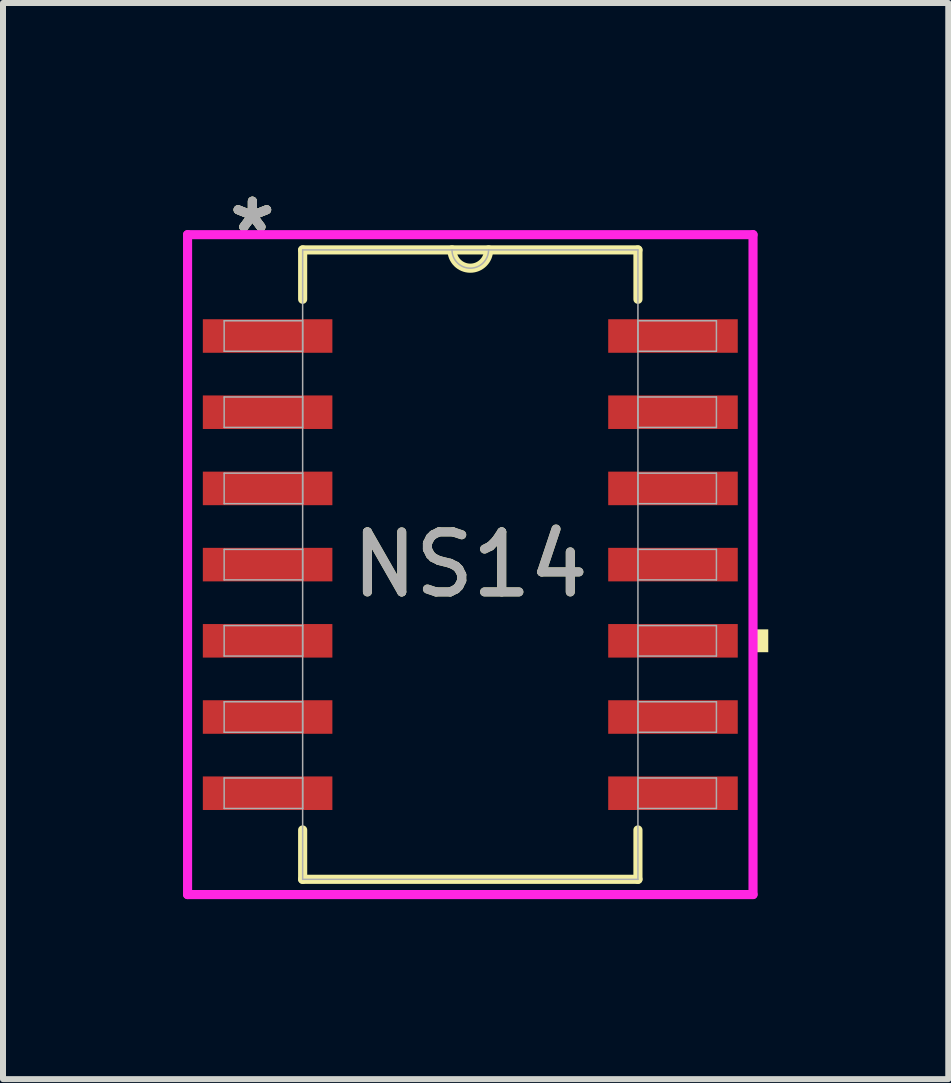
<source format=kicad_pcb>
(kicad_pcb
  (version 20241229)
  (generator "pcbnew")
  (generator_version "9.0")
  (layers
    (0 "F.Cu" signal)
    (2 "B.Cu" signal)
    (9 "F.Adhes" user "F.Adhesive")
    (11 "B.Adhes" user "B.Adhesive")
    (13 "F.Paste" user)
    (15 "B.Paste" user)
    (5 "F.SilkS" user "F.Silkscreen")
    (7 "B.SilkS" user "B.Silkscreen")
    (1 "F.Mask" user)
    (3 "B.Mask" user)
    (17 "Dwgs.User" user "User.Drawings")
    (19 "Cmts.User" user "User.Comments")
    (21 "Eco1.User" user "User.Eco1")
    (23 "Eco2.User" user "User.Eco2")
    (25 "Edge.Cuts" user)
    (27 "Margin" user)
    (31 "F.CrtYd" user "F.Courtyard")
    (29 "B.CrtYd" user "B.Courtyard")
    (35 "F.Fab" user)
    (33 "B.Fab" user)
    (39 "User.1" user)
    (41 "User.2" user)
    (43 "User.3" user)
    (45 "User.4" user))
  (footprint "NS14"
    (layer "F.Cu")
    (at 4.788 6.36)
    (property "Reference" "NS14" (at 0 0 0) (unlocked yes) (layer "F.SilkS") (effects (font (size 1 1) (thickness 0.15))))
    (attr smd)
    (fp_line (start -2.794 -5.245) (end -2.794 -4.422) (stroke (width 0.152) (type solid)) (layer "F.SilkS"))
    (fp_line (start -2.794 4.422) (end -2.794 5.245) (stroke (width 0.152) (type solid)) (layer "F.SilkS"))
    (fp_line (start -2.794 5.245) (end 2.794 5.245) (stroke (width 0.152) (type solid)) (layer "F.SilkS"))
    (fp_line (start 2.794 -5.245) (end -2.794 -5.245) (stroke (width 0.152) (type solid)) (layer "F.SilkS"))
    (fp_line (start 2.794 -4.422) (end 2.794 -5.245) (stroke (width 0.152) (type solid)) (layer "F.SilkS"))
    (fp_line (start 2.794 5.245) (end 2.794 4.422) (stroke (width 0.152) (type solid)) (layer "F.SilkS"))
    (fp_arc (start 0.3048 -5.2451) (mid 0 -4.9403) (end -0.3048 -5.2451) (stroke (width 0.1524) (type solid)) (layer "F.SilkS"))
    (fp_poly (pts (xy 4.966 1.079) (xy 4.966 1.46) (xy 4.712 1.46) (xy 4.712 1.079)) (stroke (width 0) (type solid)) (fill yes) (layer "F.SilkS"))
    (fp_line (start -4.712 -5.499) (end 4.712 -5.499) (stroke (width 0.152) (type solid)) (layer "F.CrtYd"))
    (fp_line (start -4.712 5.499) (end -4.712 -5.499) (stroke (width 0.152) (type solid)) (layer "F.CrtYd"))
    (fp_line (start 4.712 -5.499) (end 4.712 5.499) (stroke (width 0.152) (type solid)) (layer "F.CrtYd"))
    (fp_line (start 4.712 5.499) (end -4.712 5.499) (stroke (width 0.152) (type solid)) (layer "F.CrtYd"))
    (fp_line (start -4.102 -4.064) (end -4.102 -3.556) (stroke (width 0.025) (type solid)) (layer "F.Fab"))
    (fp_line (start -4.102 -3.556) (end -2.794 -3.556) (stroke (width 0.025) (type solid)) (layer "F.Fab"))
    (fp_line (start -4.102 -2.794) (end -4.102 -2.286) (stroke (width 0.025) (type solid)) (layer "F.Fab"))
    (fp_line (start -4.102 -2.286) (end -2.794 -2.286) (stroke (width 0.025) (type solid)) (layer "F.Fab"))
    (fp_line (start -4.102 -1.524) (end -4.102 -1.016) (stroke (width 0.025) (type solid)) (layer "F.Fab"))
    (fp_line (start -4.102 -1.016) (end -2.794 -1.016) (stroke (width 0.025) (type solid)) (layer "F.Fab"))
    (fp_line (start -4.102 -0.254) (end -4.102 0.254) (stroke (width 0.025) (type solid)) (layer "F.Fab"))
    (fp_line (start -4.102 0.254) (end -2.794 0.254) (stroke (width 0.025) (type solid)) (layer "F.Fab"))
    (fp_line (start -4.102 1.016) (end -4.102 1.524) (stroke (width 0.025) (type solid)) (layer "F.Fab"))
    (fp_line (start -4.102 1.524) (end -2.794 1.524) (stroke (width 0.025) (type solid)) (layer "F.Fab"))
    (fp_line (start -4.102 2.286) (end -4.102 2.794) (stroke (width 0.025) (type solid)) (layer "F.Fab"))
    (fp_line (start -4.102 2.794) (end -2.794 2.794) (stroke (width 0.025) (type solid)) (layer "F.Fab"))
    (fp_line (start -4.102 3.556) (end -4.102 4.064) (stroke (width 0.025) (type solid)) (layer "F.Fab"))
    (fp_line (start -4.102 4.064) (end -2.794 4.064) (stroke (width 0.025) (type solid)) (layer "F.Fab"))
    (fp_line (start -2.794 -5.245) (end -2.794 5.245) (stroke (width 0.025) (type solid)) (layer "F.Fab"))
    (fp_line (start -2.794 -4.064) (end -4.102 -4.064) (stroke (width 0.025) (type solid)) (layer "F.Fab"))
    (fp_line (start -2.794 -3.556) (end -2.794 -4.064) (stroke (width 0.025) (type solid)) (layer "F.Fab"))
    (fp_line (start -2.794 -2.794) (end -4.102 -2.794) (stroke (width 0.025) (type solid)) (layer "F.Fab"))
    (fp_line (start -2.794 -2.286) (end -2.794 -2.794) (stroke (width 0.025) (type solid)) (layer "F.Fab"))
    (fp_line (start -2.794 -1.524) (end -4.102 -1.524) (stroke (width 0.025) (type solid)) (layer "F.Fab"))
    (fp_line (start -2.794 -1.016) (end -2.794 -1.524) (stroke (width 0.025) (type solid)) (layer "F.Fab"))
    (fp_line (start -2.794 -0.254) (end -4.102 -0.254) (stroke (width 0.025) (type solid)) (layer "F.Fab"))
    (fp_line (start -2.794 0.254) (end -2.794 -0.254) (stroke (width 0.025) (type solid)) (layer "F.Fab"))
    (fp_line (start -2.794 1.016) (end -4.102 1.016) (stroke (width 0.025) (type solid)) (layer "F.Fab"))
    (fp_line (start -2.794 1.524) (end -2.794 1.016) (stroke (width 0.025) (type solid)) (layer "F.Fab"))
    (fp_line (start -2.794 2.286) (end -4.102 2.286) (stroke (width 0.025) (type solid)) (layer "F.Fab"))
    (fp_line (start -2.794 2.794) (end -2.794 2.286) (stroke (width 0.025) (type solid)) (layer "F.Fab"))
    (fp_line (start -2.794 3.556) (end -4.102 3.556) (stroke (width 0.025) (type solid)) (layer "F.Fab"))
    (fp_line (start -2.794 4.064) (end -2.794 3.556) (stroke (width 0.025) (type solid)) (layer "F.Fab"))
    (fp_line (start -2.794 5.245) (end 2.794 5.245) (stroke (width 0.025) (type solid)) (layer "F.Fab"))
    (fp_line (start 2.794 -5.245) (end -2.794 -5.245) (stroke (width 0.025) (type solid)) (layer "F.Fab"))
    (fp_line (start 2.794 -4.064) (end 2.794 -3.556) (stroke (width 0.025) (type solid)) (layer "F.Fab"))
    (fp_line (start 2.794 -3.556) (end 4.102 -3.556) (stroke (width 0.025) (type solid)) (layer "F.Fab"))
    (fp_line (start 2.794 -2.794) (end 2.794 -2.286) (stroke (width 0.025) (type solid)) (layer "F.Fab"))
    (fp_line (start 2.794 -2.286) (end 4.102 -2.286) (stroke (width 0.025) (type solid)) (layer "F.Fab"))
    (fp_line (start 2.794 -1.524) (end 2.794 -1.016) (stroke (width 0.025) (type solid)) (layer "F.Fab"))
    (fp_line (start 2.794 -1.016) (end 4.102 -1.016) (stroke (width 0.025) (type solid)) (layer "F.Fab"))
    (fp_line (start 2.794 -0.254) (end 2.794 0.254) (stroke (width 0.025) (type solid)) (layer "F.Fab"))
    (fp_line (start 2.794 0.254) (end 4.102 0.254) (stroke (width 0.025) (type solid)) (layer "F.Fab"))
    (fp_line (start 2.794 1.016) (end 2.794 1.524) (stroke (width 0.025) (type solid)) (layer "F.Fab"))
    (fp_line (start 2.794 1.524) (end 4.102 1.524) (stroke (width 0.025) (type solid)) (layer "F.Fab"))
    (fp_line (start 2.794 2.286) (end 2.794 2.794) (stroke (width 0.025) (type solid)) (layer "F.Fab"))
    (fp_line (start 2.794 2.794) (end 4.102 2.794) (stroke (width 0.025) (type solid)) (layer "F.Fab"))
    (fp_line (start 2.794 3.556) (end 2.794 4.064) (stroke (width 0.025) (type solid)) (layer "F.Fab"))
    (fp_line (start 2.794 4.064) (end 4.102 4.064) (stroke (width 0.025) (type solid)) (layer "F.Fab"))
    (fp_line (start 2.794 5.245) (end 2.794 -5.245) (stroke (width 0.025) (type solid)) (layer "F.Fab"))
    (fp_line (start 4.102 -4.064) (end 2.794 -4.064) (stroke (width 0.025) (type solid)) (layer "F.Fab"))
    (fp_line (start 4.102 -3.556) (end 4.102 -4.064) (stroke (width 0.025) (type solid)) (layer "F.Fab"))
    (fp_line (start 4.102 -2.794) (end 2.794 -2.794) (stroke (width 0.025) (type solid)) (layer "F.Fab"))
    (fp_line (start 4.102 -2.286) (end 4.102 -2.794) (stroke (width 0.025) (type solid)) (layer "F.Fab"))
    (fp_line (start 4.102 -1.524) (end 2.794 -1.524) (stroke (width 0.025) (type solid)) (layer "F.Fab"))
    (fp_line (start 4.102 -1.016) (end 4.102 -1.524) (stroke (width 0.025) (type solid)) (layer "F.Fab"))
    (fp_line (start 4.102 -0.254) (end 2.794 -0.254) (stroke (width 0.025) (type solid)) (layer "F.Fab"))
    (fp_line (start 4.102 0.254) (end 4.102 -0.254) (stroke (width 0.025) (type solid)) (layer "F.Fab"))
    (fp_line (start 4.102 1.016) (end 2.794 1.016) (stroke (width 0.025) (type solid)) (layer "F.Fab"))
    (fp_line (start 4.102 1.524) (end 4.102 1.016) (stroke (width 0.025) (type solid)) (layer "F.Fab"))
    (fp_line (start 4.102 2.286) (end 2.794 2.286) (stroke (width 0.025) (type solid)) (layer "F.Fab"))
    (fp_line (start 4.102 2.794) (end 4.102 2.286) (stroke (width 0.025) (type solid)) (layer "F.Fab"))
    (fp_line (start 4.102 3.556) (end 2.794 3.556) (stroke (width 0.025) (type solid)) (layer "F.Fab"))
    (fp_line (start 4.102 4.064) (end 4.102 3.556) (stroke (width 0.025) (type solid)) (layer "F.Fab"))
    (fp_arc (start 0.3048 -5.2451) (mid 0 -4.9403) (end -0.3048 -5.2451) (stroke (width 0.0254) (type solid)) (layer "F.Fab"))
    (fp_text user "*" (at -3.632 -5.512 0) (unlocked yes) (layer "F.SilkS") (effects (font (size 1 1) (thickness 0.15))))
    (fp_text user "*" (at -3.632 -5.512 0) (layer "F.SilkS") (effects (font (size 1 1) (thickness 0.15))))
    (fp_text user "*" (at -3.632 -5.512 0) (unlocked yes) (layer "F.Fab") (effects (font (size 1 1) (thickness 0.15))))
    (fp_text user "*" (at -3.632 -5.512 0) (layer "F.Fab") (effects (font (size 1 1) (thickness 0.15))))
    (fp_text user "${REFERENCE}" (at 0 0 0) (unlocked yes) (layer "F.Fab") (effects (font (size 1 1) (thickness 0.15))))
    (pad "1" smd rect (at -3.378 -3.81) (size 2.159 0.559) (layers "F.Cu" "F.Mask" "F.Paste"))
    (pad "2" smd rect (at -3.378 -2.54) (size 2.159 0.559) (layers "F.Cu" "F.Mask" "F.Paste"))
    (pad "3" smd rect (at -3.378 -1.27) (size 2.159 0.559) (layers "F.Cu" "F.Mask" "F.Paste"))
    (pad "4" smd rect (at -3.378 0) (size 2.159 0.559) (layers "F.Cu" "F.Mask" "F.Paste"))
    (pad "5" smd rect (at -3.378 1.27) (size 2.159 0.559) (layers "F.Cu" "F.Mask" "F.Paste"))
    (pad "6" smd rect (at -3.378 2.54) (size 2.159 0.559) (layers "F.Cu" "F.Mask" "F.Paste"))
    (pad "7" smd rect (at -3.378 3.81) (size 2.159 0.559) (layers "F.Cu" "F.Mask" "F.Paste"))
    (pad "8" smd rect (at 3.378 3.81) (size 2.159 0.559) (layers "F.Cu" "F.Mask" "F.Paste"))
    (pad "9" smd rect (at 3.378 2.54) (size 2.159 0.559) (layers "F.Cu" "F.Mask" "F.Paste"))
    (pad "10" smd rect (at 3.378 1.27) (size 2.159 0.559) (layers "F.Cu" "F.Mask" "F.Paste"))
    (pad "11" smd rect (at 3.378 0) (size 2.159 0.559) (layers "F.Cu" "F.Mask" "F.Paste"))
    (pad "12" smd rect (at 3.378 -1.27) (size 2.159 0.559) (layers "F.Cu" "F.Mask" "F.Paste"))
    (pad "13" smd rect (at 3.378 -2.54) (size 2.159 0.559) (layers "F.Cu" "F.Mask" "F.Paste"))
    (pad "14" smd rect (at 3.378 -3.81) (size 2.159 0.559) (layers "F.Cu" "F.Mask" "F.Paste")))
  (gr_rect
    (start -3 -3)
    (end 12.754 14.935)
    (stroke (width 0.1) (type default))
    (fill no)
    (layer "Edge.Cuts")))
</source>
